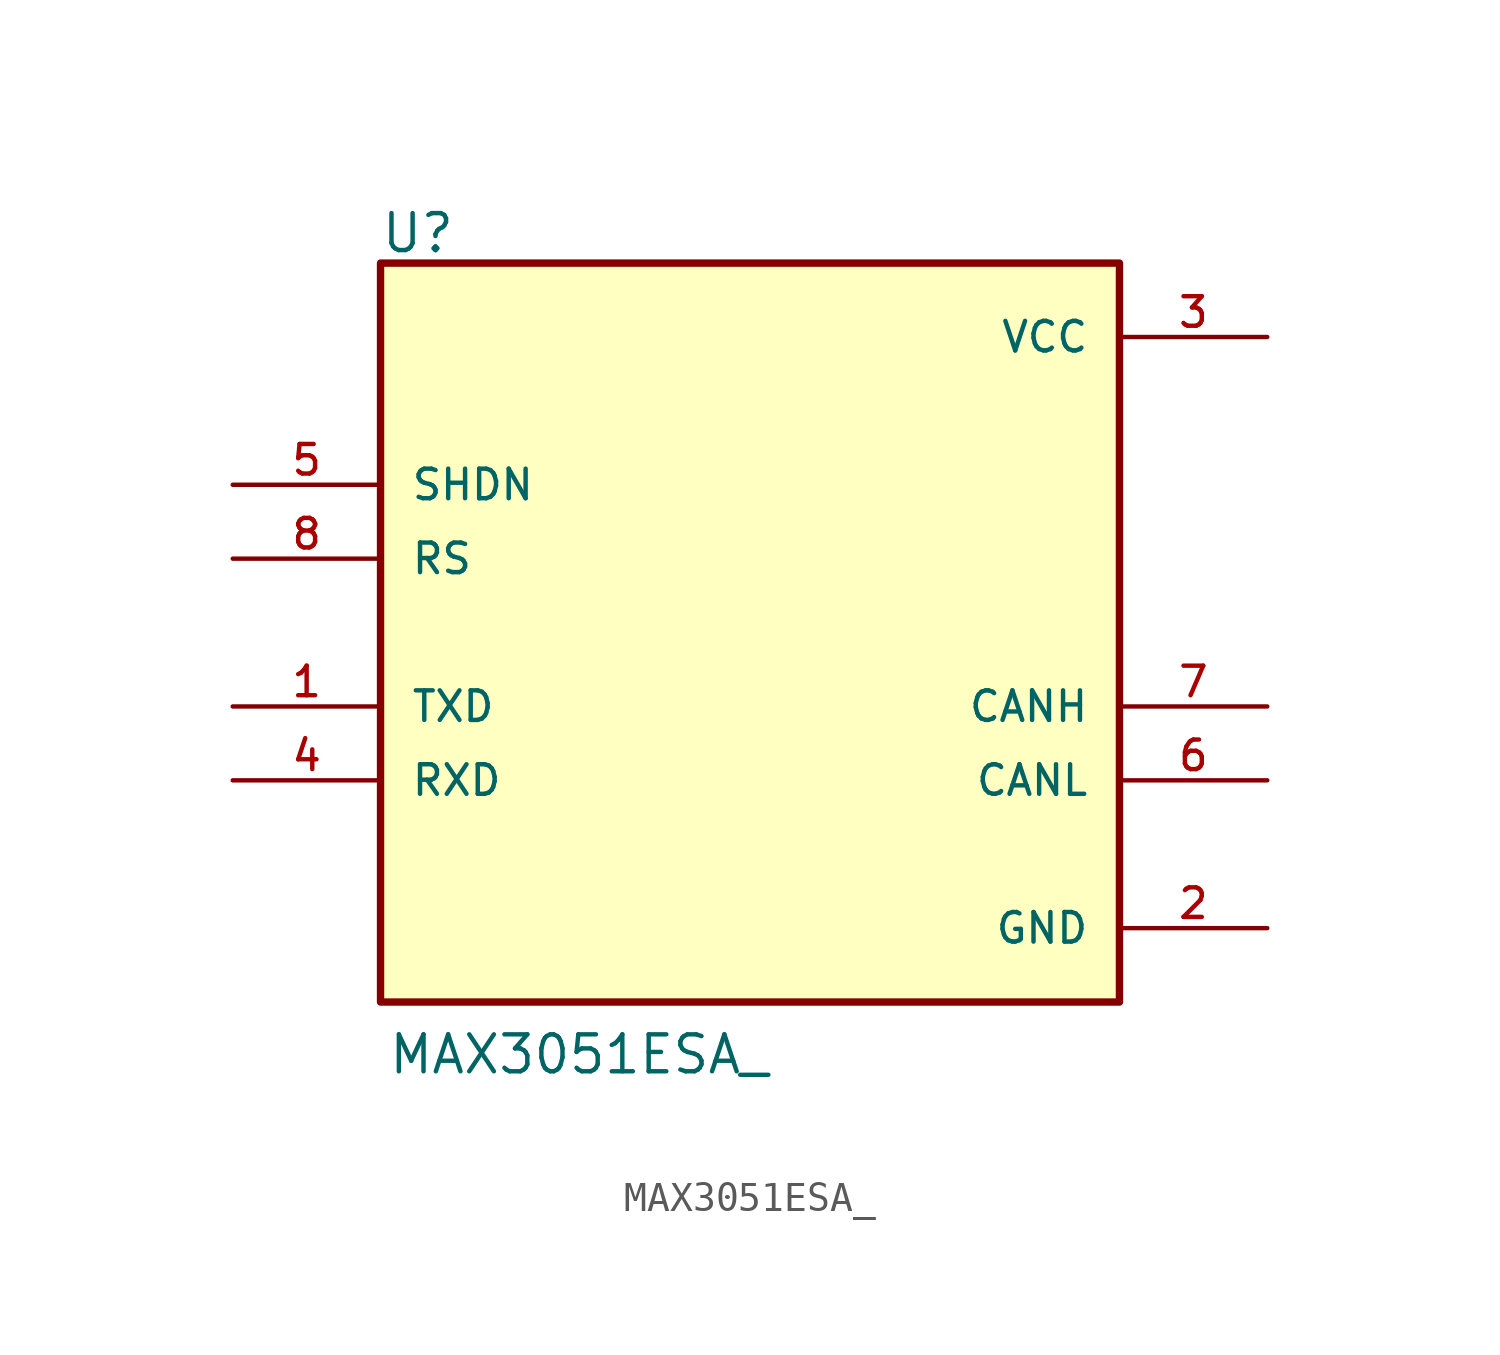
<source format=kicad_sym>
(kicad_symbol_lib
  (version 20211014)
  (generator kicad_symbol_editor)
  (symbol "MAX3051ESA_"
    (pin_names
      (offset 1.016))
    (property "Reference" "U"
      (at -12.726 12.985 0)
      (effects (font (size 1.27 1.27)) (justify bottom left)))
    (property "Value" "MAX3051ESA_"
      (at -12.472 -15.244 0)
      (effects (font (size 1.27 1.27)) (justify bottom left)))
    (symbol "MAX3051ESA__0_0"
      (rectangle (start -12.7 -12.7) (end 12.7 12.7) (stroke (width 0.254)) (fill (type background)))
      (pin power_in line (at 17.78 10.16 180.0) (length 5.08) (name "VCC" (effects (font (size 1.016 1.016)))) (number "3" (effects (font (size 1.016 1.016)))))
      (pin input line (at -17.78 -2.54 0) (length 5.08) (name "TXD" (effects (font (size 1.016 1.016)))) (number "1" (effects (font (size 1.016 1.016)))))
      (pin input line (at -17.78 2.54 0) (length 5.08) (name "RS" (effects (font (size 1.016 1.016)))) (number "8" (effects (font (size 1.016 1.016)))))
      (pin output line (at -17.78 -5.08 0) (length 5.08) (name "RXD" (effects (font (size 1.016 1.016)))) (number "4" (effects (font (size 1.016 1.016)))))
      (pin output line (at 17.78 -2.54 180.0) (length 5.08) (name "CANH" (effects (font (size 1.016 1.016)))) (number "7" (effects (font (size 1.016 1.016)))))
      (pin output line (at 17.78 -5.08 180.0) (length 5.08) (name "CANL" (effects (font (size 1.016 1.016)))) (number "6" (effects (font (size 1.016 1.016)))))
      (pin power_in line (at 17.78 -10.16 180.0) (length 5.08) (name "GND" (effects (font (size 1.016 1.016)))) (number "2" (effects (font (size 1.016 1.016)))))
      (pin input line (at -17.78 5.08 0) (length 5.08) (name "SHDN" (effects (font (size 1.016 1.016)))) (number "5" (effects (font (size 1.016 1.016))))))))
</source>
